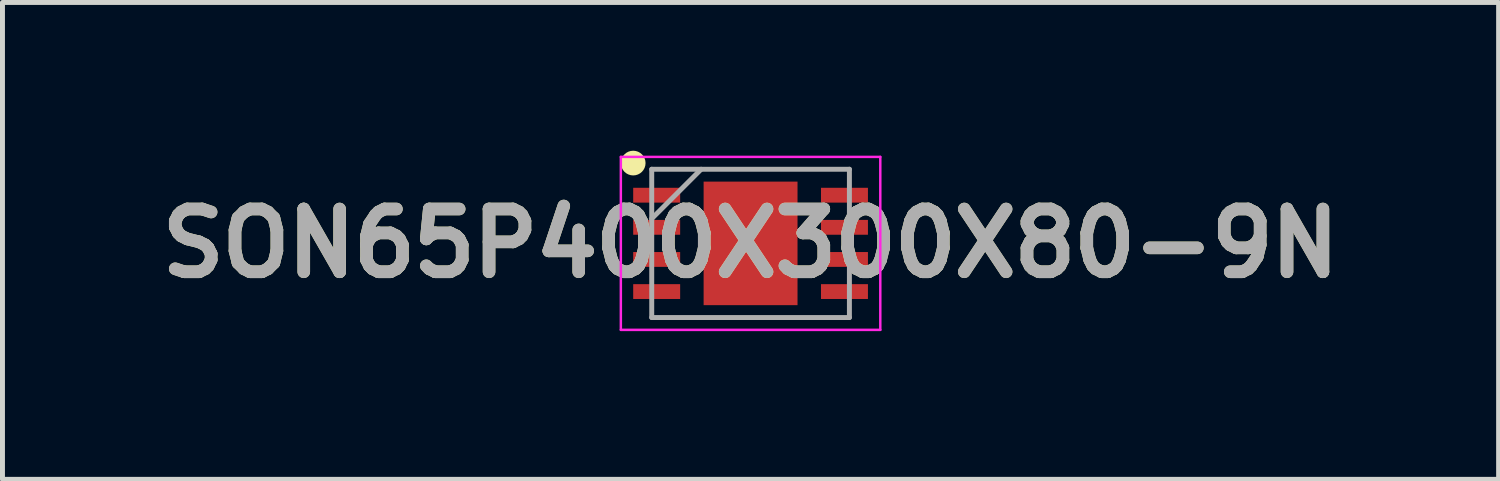
<source format=kicad_pcb>
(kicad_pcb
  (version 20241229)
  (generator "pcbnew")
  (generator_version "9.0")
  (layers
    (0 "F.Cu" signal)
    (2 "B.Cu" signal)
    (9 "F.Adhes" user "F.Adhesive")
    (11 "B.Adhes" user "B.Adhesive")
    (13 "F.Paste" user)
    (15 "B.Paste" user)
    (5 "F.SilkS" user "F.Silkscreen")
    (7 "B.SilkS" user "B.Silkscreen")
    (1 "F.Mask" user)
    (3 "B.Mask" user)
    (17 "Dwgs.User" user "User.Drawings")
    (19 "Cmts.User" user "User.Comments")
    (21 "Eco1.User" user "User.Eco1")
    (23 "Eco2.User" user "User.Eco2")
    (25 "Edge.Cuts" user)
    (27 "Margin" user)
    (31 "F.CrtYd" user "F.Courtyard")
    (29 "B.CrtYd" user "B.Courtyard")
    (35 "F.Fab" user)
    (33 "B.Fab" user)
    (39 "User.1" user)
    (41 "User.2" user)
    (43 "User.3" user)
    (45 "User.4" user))
  (footprint "SON65P400X300X80-9N"
    (layer "F.Cu")
    (at 12.138 1.875)
    (property "Reference" "SON65P400X300X80-9N" (at 0 0 0) (layer "F.SilkS") (effects (font (size 1.27 1.27) (thickness 0.254))))
    (attr smd)
    (fp_circle (center -2.375 -1.625) (end -2.375 -1.5) (stroke (width 0.25) (type solid)) (fill no) (layer "F.SilkS"))
    (fp_line (start -2.625 -1.75) (end 2.625 -1.75) (stroke (width 0.05) (type solid)) (layer "F.CrtYd"))
    (fp_line (start -2.625 1.75) (end -2.625 -1.75) (stroke (width 0.05) (type solid)) (layer "F.CrtYd"))
    (fp_line (start 2.625 -1.75) (end 2.625 1.75) (stroke (width 0.05) (type solid)) (layer "F.CrtYd"))
    (fp_line (start 2.625 1.75) (end -2.625 1.75) (stroke (width 0.05) (type solid)) (layer "F.CrtYd"))
    (fp_line (start -2 -1.5) (end 2 -1.5) (stroke (width 0.1) (type solid)) (layer "F.Fab"))
    (fp_line (start -2 -0.5) (end -1 -1.5) (stroke (width 0.1) (type solid)) (layer "F.Fab"))
    (fp_line (start -2 1.5) (end -2 -1.5) (stroke (width 0.1) (type solid)) (layer "F.Fab"))
    (fp_line (start 2 -1.5) (end 2 1.5) (stroke (width 0.1) (type solid)) (layer "F.Fab"))
    (fp_line (start 2 1.5) (end -2 1.5) (stroke (width 0.1) (type solid)) (layer "F.Fab"))
    (fp_text user "${REFERENCE}" (at 0 0 0) (layer "F.Fab") (effects (font (size 1.27 1.27) (thickness 0.254))))
    (pad "1" smd rect (at -1.9 -0.975 90) (size 0.3 0.95) (layers "F.Cu" "F.Mask" "F.Paste"))
    (pad "2" smd rect (at -1.9 -0.325 90) (size 0.3 0.95) (layers "F.Cu" "F.Mask" "F.Paste"))
    (pad "3" smd rect (at -1.9 0.325 90) (size 0.3 0.95) (layers "F.Cu" "F.Mask" "F.Paste"))
    (pad "4" smd rect (at -1.9 0.975 90) (size 0.3 0.95) (layers "F.Cu" "F.Mask" "F.Paste"))
    (pad "5" smd rect (at 1.9 0.975 90) (size 0.3 0.95) (layers "F.Cu" "F.Mask" "F.Paste"))
    (pad "6" smd rect (at 1.9 0.325 90) (size 0.3 0.95) (layers "F.Cu" "F.Mask" "F.Paste"))
    (pad "7" smd rect (at 1.9 -0.325 90) (size 0.3 0.95) (layers "F.Cu" "F.Mask" "F.Paste"))
    (pad "8" smd rect (at 1.9 -0.975 90) (size 0.3 0.95) (layers "F.Cu" "F.Mask" "F.Paste"))
    (pad "9" smd rect (at 0 0) (size 1.9 2.5) (layers "F.Cu" "F.Mask" "F.Paste")))
  (gr_rect
    (start -3 -3)
    (end 27.275 6.65)
    (stroke (width 0.1) (type default))
    (fill no)
    (layer "Edge.Cuts")))
</source>
